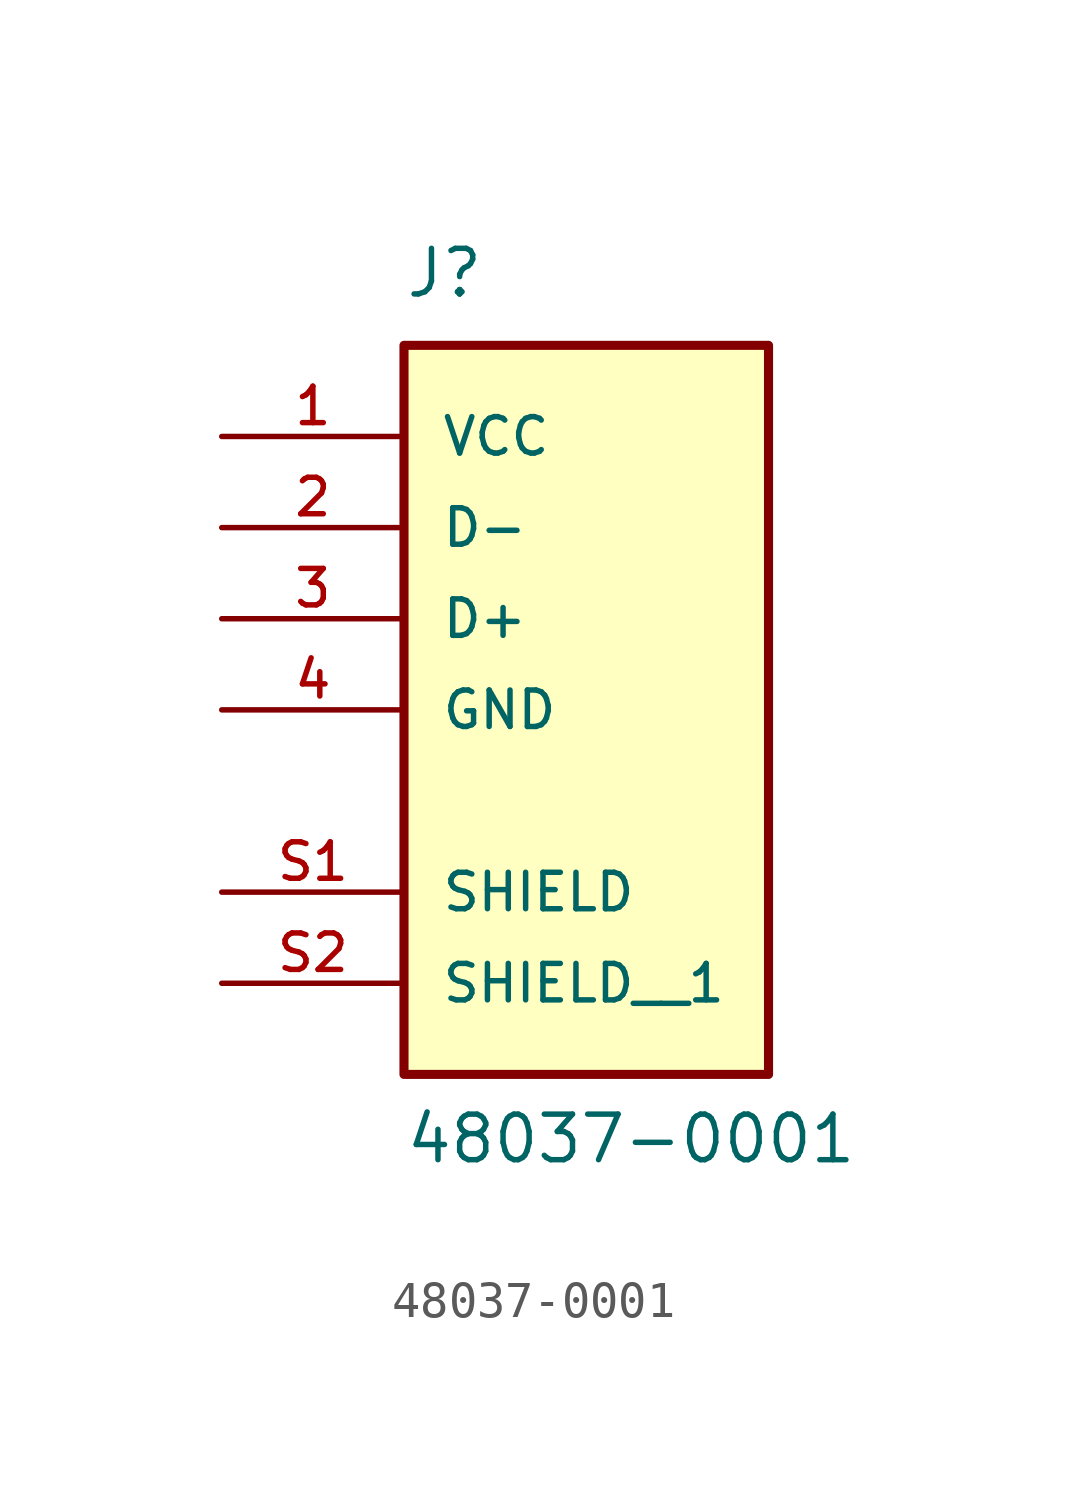
<source format=kicad_sym>
(kicad_symbol_lib
  (version 20211014)
  (generator kicad_symbol_editor)
  (symbol "48037-0001"
    (pin_names
      (offset 1.016))
    (property "Reference" "J"
      (at -5.08 8.89 0)
      (effects (font (size 1.27 1.27)) (justify bottom left)))
    (property "Value" "48037-0001"
      (at -5.08 -15.24 0)
      (effects (font (size 1.27 1.27)) (justify bottom left)))
    (symbol "48037-0001_0_0"
      (rectangle (start -5.08 -12.7) (end 5.08 7.62) (stroke (width 0.254)) (fill (type background)))
      (pin power_in line (at -10.16 5.08 0) (length 5.08) (name "VCC" (effects (font (size 1.016 1.016)))) (number "1" (effects (font (size 1.016 1.016)))))
      (pin bidirectional line (at -10.16 2.54 0) (length 5.08) (name "D-" (effects (font (size 1.016 1.016)))) (number "2" (effects (font (size 1.016 1.016)))))
      (pin bidirectional line (at -10.16 0.0 0) (length 5.08) (name "D+" (effects (font (size 1.016 1.016)))) (number "3" (effects (font (size 1.016 1.016)))))
      (pin power_in line (at -10.16 -2.54 0) (length 5.08) (name "GND" (effects (font (size 1.016 1.016)))) (number "4" (effects (font (size 1.016 1.016)))))
      (pin passive line (at -10.16 -7.62 0) (length 5.08) (name "SHIELD" (effects (font (size 1.016 1.016)))) (number "S1" (effects (font (size 1.016 1.016)))))
      (pin passive line (at -10.16 -10.16 0) (length 5.08) (name "SHIELD__1" (effects (font (size 1.016 1.016)))) (number "S2" (effects (font (size 1.016 1.016))))))))
</source>
